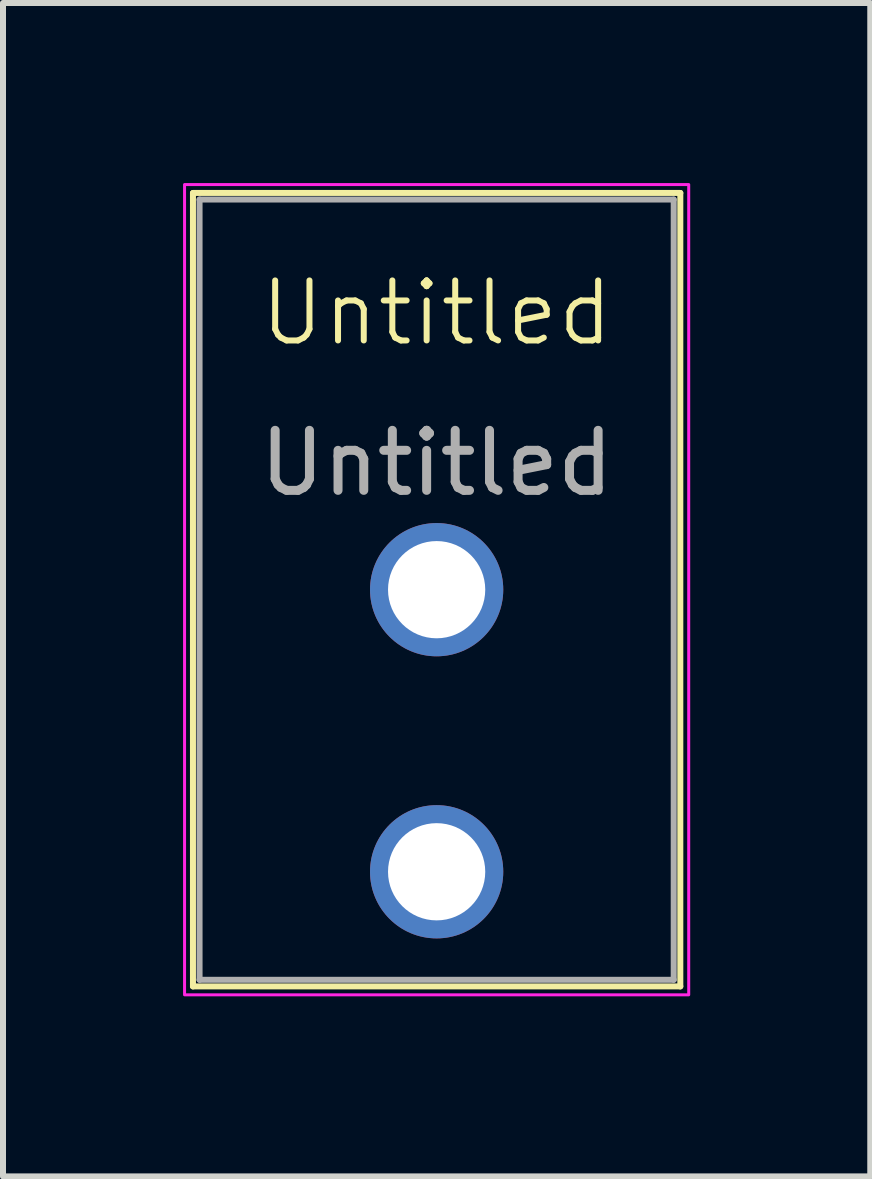
<source format=kicad_pcb>
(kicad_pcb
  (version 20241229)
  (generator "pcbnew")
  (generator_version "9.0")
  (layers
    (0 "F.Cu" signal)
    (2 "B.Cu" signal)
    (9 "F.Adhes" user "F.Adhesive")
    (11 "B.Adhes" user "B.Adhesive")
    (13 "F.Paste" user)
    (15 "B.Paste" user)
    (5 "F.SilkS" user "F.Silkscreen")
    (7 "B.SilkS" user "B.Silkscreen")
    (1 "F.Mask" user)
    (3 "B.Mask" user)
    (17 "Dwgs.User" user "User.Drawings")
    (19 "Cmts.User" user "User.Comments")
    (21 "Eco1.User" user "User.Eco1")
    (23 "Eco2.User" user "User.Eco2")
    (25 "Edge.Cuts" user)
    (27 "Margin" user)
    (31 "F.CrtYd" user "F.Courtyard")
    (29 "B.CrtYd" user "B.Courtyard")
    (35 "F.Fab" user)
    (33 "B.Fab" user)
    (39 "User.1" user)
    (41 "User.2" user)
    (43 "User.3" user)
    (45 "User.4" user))
  (footprint "Untitled"
    (layer "F.Cu")
    (at 4.225 2.075)
    (property "Reference" "Untitled" (at 0 0.09 0) (unlocked yes) (layer "F.SilkS") (effects (font (size 1 1) (thickness 0.1))))
    (attr through_hole)
    (fp_line (start -4.06 -1.91) (end 4.06 -1.91) (stroke (width 0.1) (type default)) (layer "F.SilkS"))
    (fp_line (start -4.06 11.31) (end -4.06 -1.91) (stroke (width 0.1) (type default)) (layer "F.SilkS"))
    (fp_line (start 4.06 -1.91) (end 4.06 11.31) (stroke (width 0.1) (type default)) (layer "F.SilkS"))
    (fp_line (start 4.06 11.31) (end -4.06 11.31) (stroke (width 0.1) (type default)) (layer "F.SilkS"))
    (fp_rect (start -4.2 -2.05) (end 4.2 11.45) (stroke (width 0.05) (type solid)) (fill no) (layer "F.CrtYd"))
    (fp_line (start -3.95 -1.8) (end -3.95 11.2) (stroke (width 0.1) (type default)) (layer "F.Fab"))
    (fp_line (start -3.95 11.2) (end 3.95 11.2) (stroke (width 0.1) (type default)) (layer "F.Fab"))
    (fp_line (start 3.95 -1.8) (end -3.95 -1.8) (stroke (width 0.1) (type default)) (layer "F.Fab"))
    (fp_line (start 3.95 11.2) (end 3.95 -1.8) (stroke (width 0.1) (type default)) (layer "F.Fab"))
    (fp_text user "${REFERENCE}" (at 0 2.59 0) (unlocked yes) (layer "F.Fab") (effects (font (size 1 1) (thickness 0.15))))
    (pad "2" thru_hole circle (at 0 4.7) (size 2.22 2.22) (drill 1.62) (layers "*.Cu" "*.Mask"))
    (pad "3" thru_hole circle (at 0 9.4) (size 2.22 2.22) (drill 1.62) (layers "*.Cu" "*.Mask")))
  (gr_rect
    (start -3 -3)
    (end 11.45 16.55)
    (stroke (width 0.1) (type default))
    (fill no)
    (layer "Edge.Cuts")))
</source>
